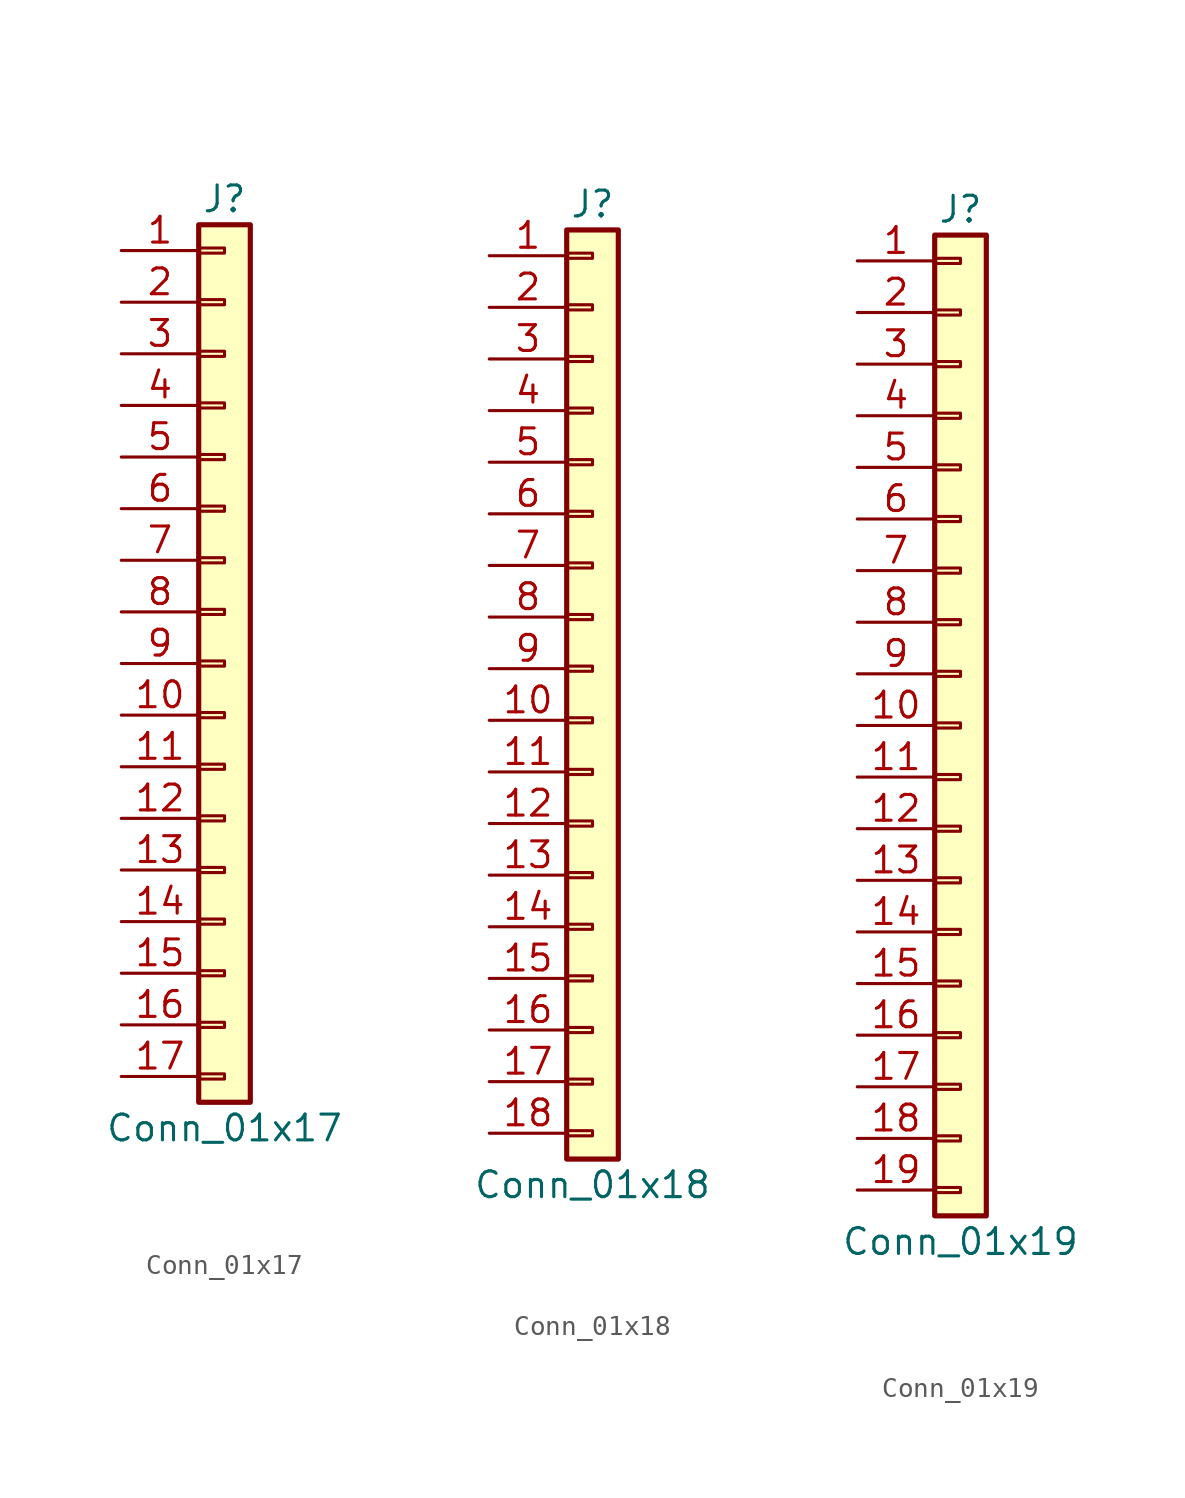
<source format=kicad_sym>
(kicad_symbol_lib
  (version 20220914)
  (generator kicad_symbol_editor)
  (symbol "Conn_01x17"
    (pin_names
      (offset 1.016) hide)
    (property "Reference" "J"
      (at 0 22.86 0)
      (effects (font (size 1.27 1.27))))
    (property "Value" "Conn_01x17"
      (at 0 -22.86 0)
      (effects (font (size 1.27 1.27))))
    (symbol "Conn_01x17_1_1"
      (rectangle (start -1.27 -20.193) (end 0 -20.447) (stroke (width 0.152) (type solid)) (fill (type none)))
      (rectangle (start -1.27 -17.653) (end 0 -17.907) (stroke (width 0.152) (type solid)) (fill (type none)))
      (rectangle (start -1.27 -15.113) (end 0 -15.367) (stroke (width 0.152) (type solid)) (fill (type none)))
      (rectangle (start -1.27 -12.573) (end 0 -12.827) (stroke (width 0.152) (type solid)) (fill (type none)))
      (rectangle (start -1.27 -10.033) (end 0 -10.287) (stroke (width 0.152) (type solid)) (fill (type none)))
      (rectangle (start -1.27 -7.493) (end 0 -7.747) (stroke (width 0.152) (type solid)) (fill (type none)))
      (rectangle (start -1.27 -4.953) (end 0 -5.207) (stroke (width 0.152) (type solid)) (fill (type none)))
      (rectangle (start -1.27 -2.413) (end 0 -2.667) (stroke (width 0.152) (type solid)) (fill (type none)))
      (rectangle (start -1.27 0.127) (end 0 -0.127) (stroke (width 0.152) (type solid)) (fill (type none)))
      (rectangle (start -1.27 2.667) (end 0 2.413) (stroke (width 0.152) (type solid)) (fill (type none)))
      (rectangle (start -1.27 5.207) (end 0 4.953) (stroke (width 0.152) (type solid)) (fill (type none)))
      (rectangle (start -1.27 7.747) (end 0 7.493) (stroke (width 0.152) (type solid)) (fill (type none)))
      (rectangle (start -1.27 10.287) (end 0 10.033) (stroke (width 0.152) (type solid)) (fill (type none)))
      (rectangle (start -1.27 12.827) (end 0 12.573) (stroke (width 0.152) (type solid)) (fill (type none)))
      (rectangle (start -1.27 15.367) (end 0 15.113) (stroke (width 0.152) (type solid)) (fill (type none)))
      (rectangle (start -1.27 17.907) (end 0 17.653) (stroke (width 0.152) (type solid)) (fill (type none)))
      (rectangle (start -1.27 20.447) (end 0 20.193) (stroke (width 0.152) (type solid)) (fill (type none)))
      (rectangle (start -1.27 21.59) (end 1.27 -21.59) (stroke (width 0.254) (type solid)) (fill (type background)))
      (pin passive line (at -5.08 20.32 0) (length 3.81) (name "Pin_1" (effects (font (size 1.27 1.27)))) (number "1" (effects (font (size 1.27 1.27)))))
      (pin passive line (at -5.08 -2.54 0) (length 3.81) (name "Pin_10" (effects (font (size 1.27 1.27)))) (number "10" (effects (font (size 1.27 1.27)))))
      (pin passive line (at -5.08 -5.08 0) (length 3.81) (name "Pin_11" (effects (font (size 1.27 1.27)))) (number "11" (effects (font (size 1.27 1.27)))))
      (pin passive line (at -5.08 -7.62 0) (length 3.81) (name "Pin_12" (effects (font (size 1.27 1.27)))) (number "12" (effects (font (size 1.27 1.27)))))
      (pin passive line (at -5.08 -10.16 0) (length 3.81) (name "Pin_13" (effects (font (size 1.27 1.27)))) (number "13" (effects (font (size 1.27 1.27)))))
      (pin passive line (at -5.08 -12.7 0) (length 3.81) (name "Pin_14" (effects (font (size 1.27 1.27)))) (number "14" (effects (font (size 1.27 1.27)))))
      (pin passive line (at -5.08 -15.24 0) (length 3.81) (name "Pin_15" (effects (font (size 1.27 1.27)))) (number "15" (effects (font (size 1.27 1.27)))))
      (pin passive line (at -5.08 -17.78 0) (length 3.81) (name "Pin_16" (effects (font (size 1.27 1.27)))) (number "16" (effects (font (size 1.27 1.27)))))
      (pin passive line (at -5.08 -20.32 0) (length 3.81) (name "Pin_17" (effects (font (size 1.27 1.27)))) (number "17" (effects (font (size 1.27 1.27)))))
      (pin passive line (at -5.08 17.78 0) (length 3.81) (name "Pin_2" (effects (font (size 1.27 1.27)))) (number "2" (effects (font (size 1.27 1.27)))))
      (pin passive line (at -5.08 15.24 0) (length 3.81) (name "Pin_3" (effects (font (size 1.27 1.27)))) (number "3" (effects (font (size 1.27 1.27)))))
      (pin passive line (at -5.08 12.7 0) (length 3.81) (name "Pin_4" (effects (font (size 1.27 1.27)))) (number "4" (effects (font (size 1.27 1.27)))))
      (pin passive line (at -5.08 10.16 0) (length 3.81) (name "Pin_5" (effects (font (size 1.27 1.27)))) (number "5" (effects (font (size 1.27 1.27)))))
      (pin passive line (at -5.08 7.62 0) (length 3.81) (name "Pin_6" (effects (font (size 1.27 1.27)))) (number "6" (effects (font (size 1.27 1.27)))))
      (pin passive line (at -5.08 5.08 0) (length 3.81) (name "Pin_7" (effects (font (size 1.27 1.27)))) (number "7" (effects (font (size 1.27 1.27)))))
      (pin passive line (at -5.08 2.54 0) (length 3.81) (name "Pin_8" (effects (font (size 1.27 1.27)))) (number "8" (effects (font (size 1.27 1.27)))))
      (pin passive line (at -5.08 0 0) (length 3.81) (name "Pin_9" (effects (font (size 1.27 1.27)))) (number "9" (effects (font (size 1.27 1.27)))))))
  (symbol "Conn_01x18"
    (pin_names
      (offset 1.016) hide)
    (property "Reference" "J"
      (at 0 22.86 0)
      (effects (font (size 1.27 1.27))))
    (property "Value" "Conn_01x18"
      (at 0 -25.4 0)
      (effects (font (size 1.27 1.27))))
    (symbol "Conn_01x18_1_1"
      (rectangle (start -1.27 -22.733) (end 0 -22.987) (stroke (width 0.152) (type solid)) (fill (type none)))
      (rectangle (start -1.27 -20.193) (end 0 -20.447) (stroke (width 0.152) (type solid)) (fill (type none)))
      (rectangle (start -1.27 -17.653) (end 0 -17.907) (stroke (width 0.152) (type solid)) (fill (type none)))
      (rectangle (start -1.27 -15.113) (end 0 -15.367) (stroke (width 0.152) (type solid)) (fill (type none)))
      (rectangle (start -1.27 -12.573) (end 0 -12.827) (stroke (width 0.152) (type solid)) (fill (type none)))
      (rectangle (start -1.27 -10.033) (end 0 -10.287) (stroke (width 0.152) (type solid)) (fill (type none)))
      (rectangle (start -1.27 -7.493) (end 0 -7.747) (stroke (width 0.152) (type solid)) (fill (type none)))
      (rectangle (start -1.27 -4.953) (end 0 -5.207) (stroke (width 0.152) (type solid)) (fill (type none)))
      (rectangle (start -1.27 -2.413) (end 0 -2.667) (stroke (width 0.152) (type solid)) (fill (type none)))
      (rectangle (start -1.27 0.127) (end 0 -0.127) (stroke (width 0.152) (type solid)) (fill (type none)))
      (rectangle (start -1.27 2.667) (end 0 2.413) (stroke (width 0.152) (type solid)) (fill (type none)))
      (rectangle (start -1.27 5.207) (end 0 4.953) (stroke (width 0.152) (type solid)) (fill (type none)))
      (rectangle (start -1.27 7.747) (end 0 7.493) (stroke (width 0.152) (type solid)) (fill (type none)))
      (rectangle (start -1.27 10.287) (end 0 10.033) (stroke (width 0.152) (type solid)) (fill (type none)))
      (rectangle (start -1.27 12.827) (end 0 12.573) (stroke (width 0.152) (type solid)) (fill (type none)))
      (rectangle (start -1.27 15.367) (end 0 15.113) (stroke (width 0.152) (type solid)) (fill (type none)))
      (rectangle (start -1.27 17.907) (end 0 17.653) (stroke (width 0.152) (type solid)) (fill (type none)))
      (rectangle (start -1.27 20.447) (end 0 20.193) (stroke (width 0.152) (type solid)) (fill (type none)))
      (rectangle (start -1.27 21.59) (end 1.27 -24.13) (stroke (width 0.254) (type solid)) (fill (type background)))
      (pin passive line (at -5.08 20.32 0) (length 3.81) (name "Pin_1" (effects (font (size 1.27 1.27)))) (number "1" (effects (font (size 1.27 1.27)))))
      (pin passive line (at -5.08 -2.54 0) (length 3.81) (name "Pin_10" (effects (font (size 1.27 1.27)))) (number "10" (effects (font (size 1.27 1.27)))))
      (pin passive line (at -5.08 -5.08 0) (length 3.81) (name "Pin_11" (effects (font (size 1.27 1.27)))) (number "11" (effects (font (size 1.27 1.27)))))
      (pin passive line (at -5.08 -7.62 0) (length 3.81) (name "Pin_12" (effects (font (size 1.27 1.27)))) (number "12" (effects (font (size 1.27 1.27)))))
      (pin passive line (at -5.08 -10.16 0) (length 3.81) (name "Pin_13" (effects (font (size 1.27 1.27)))) (number "13" (effects (font (size 1.27 1.27)))))
      (pin passive line (at -5.08 -12.7 0) (length 3.81) (name "Pin_14" (effects (font (size 1.27 1.27)))) (number "14" (effects (font (size 1.27 1.27)))))
      (pin passive line (at -5.08 -15.24 0) (length 3.81) (name "Pin_15" (effects (font (size 1.27 1.27)))) (number "15" (effects (font (size 1.27 1.27)))))
      (pin passive line (at -5.08 -17.78 0) (length 3.81) (name "Pin_16" (effects (font (size 1.27 1.27)))) (number "16" (effects (font (size 1.27 1.27)))))
      (pin passive line (at -5.08 -20.32 0) (length 3.81) (name "Pin_17" (effects (font (size 1.27 1.27)))) (number "17" (effects (font (size 1.27 1.27)))))
      (pin passive line (at -5.08 -22.86 0) (length 3.81) (name "Pin_18" (effects (font (size 1.27 1.27)))) (number "18" (effects (font (size 1.27 1.27)))))
      (pin passive line (at -5.08 17.78 0) (length 3.81) (name "Pin_2" (effects (font (size 1.27 1.27)))) (number "2" (effects (font (size 1.27 1.27)))))
      (pin passive line (at -5.08 15.24 0) (length 3.81) (name "Pin_3" (effects (font (size 1.27 1.27)))) (number "3" (effects (font (size 1.27 1.27)))))
      (pin passive line (at -5.08 12.7 0) (length 3.81) (name "Pin_4" (effects (font (size 1.27 1.27)))) (number "4" (effects (font (size 1.27 1.27)))))
      (pin passive line (at -5.08 10.16 0) (length 3.81) (name "Pin_5" (effects (font (size 1.27 1.27)))) (number "5" (effects (font (size 1.27 1.27)))))
      (pin passive line (at -5.08 7.62 0) (length 3.81) (name "Pin_6" (effects (font (size 1.27 1.27)))) (number "6" (effects (font (size 1.27 1.27)))))
      (pin passive line (at -5.08 5.08 0) (length 3.81) (name "Pin_7" (effects (font (size 1.27 1.27)))) (number "7" (effects (font (size 1.27 1.27)))))
      (pin passive line (at -5.08 2.54 0) (length 3.81) (name "Pin_8" (effects (font (size 1.27 1.27)))) (number "8" (effects (font (size 1.27 1.27)))))
      (pin passive line (at -5.08 0 0) (length 3.81) (name "Pin_9" (effects (font (size 1.27 1.27)))) (number "9" (effects (font (size 1.27 1.27)))))))
  (symbol "Conn_01x19"
    (pin_names
      (offset 1.016) hide)
    (property "Reference" "J"
      (at 0 25.4 0)
      (effects (font (size 1.27 1.27))))
    (property "Value" "Conn_01x19"
      (at 0 -25.4 0)
      (effects (font (size 1.27 1.27))))
    (symbol "Conn_01x19_1_1"
      (rectangle (start -1.27 -22.733) (end 0 -22.987) (stroke (width 0.152) (type solid)) (fill (type none)))
      (rectangle (start -1.27 -20.193) (end 0 -20.447) (stroke (width 0.152) (type solid)) (fill (type none)))
      (rectangle (start -1.27 -17.653) (end 0 -17.907) (stroke (width 0.152) (type solid)) (fill (type none)))
      (rectangle (start -1.27 -15.113) (end 0 -15.367) (stroke (width 0.152) (type solid)) (fill (type none)))
      (rectangle (start -1.27 -12.573) (end 0 -12.827) (stroke (width 0.152) (type solid)) (fill (type none)))
      (rectangle (start -1.27 -10.033) (end 0 -10.287) (stroke (width 0.152) (type solid)) (fill (type none)))
      (rectangle (start -1.27 -7.493) (end 0 -7.747) (stroke (width 0.152) (type solid)) (fill (type none)))
      (rectangle (start -1.27 -4.953) (end 0 -5.207) (stroke (width 0.152) (type solid)) (fill (type none)))
      (rectangle (start -1.27 -2.413) (end 0 -2.667) (stroke (width 0.152) (type solid)) (fill (type none)))
      (rectangle (start -1.27 0.127) (end 0 -0.127) (stroke (width 0.152) (type solid)) (fill (type none)))
      (rectangle (start -1.27 2.667) (end 0 2.413) (stroke (width 0.152) (type solid)) (fill (type none)))
      (rectangle (start -1.27 5.207) (end 0 4.953) (stroke (width 0.152) (type solid)) (fill (type none)))
      (rectangle (start -1.27 7.747) (end 0 7.493) (stroke (width 0.152) (type solid)) (fill (type none)))
      (rectangle (start -1.27 10.287) (end 0 10.033) (stroke (width 0.152) (type solid)) (fill (type none)))
      (rectangle (start -1.27 12.827) (end 0 12.573) (stroke (width 0.152) (type solid)) (fill (type none)))
      (rectangle (start -1.27 15.367) (end 0 15.113) (stroke (width 0.152) (type solid)) (fill (type none)))
      (rectangle (start -1.27 17.907) (end 0 17.653) (stroke (width 0.152) (type solid)) (fill (type none)))
      (rectangle (start -1.27 20.447) (end 0 20.193) (stroke (width 0.152) (type solid)) (fill (type none)))
      (rectangle (start -1.27 22.987) (end 0 22.733) (stroke (width 0.152) (type solid)) (fill (type none)))
      (rectangle (start -1.27 24.13) (end 1.27 -24.13) (stroke (width 0.254) (type solid)) (fill (type background)))
      (pin passive line (at -5.08 22.86 0) (length 3.81) (name "Pin_1" (effects (font (size 1.27 1.27)))) (number "1" (effects (font (size 1.27 1.27)))))
      (pin passive line (at -5.08 0 0) (length 3.81) (name "Pin_10" (effects (font (size 1.27 1.27)))) (number "10" (effects (font (size 1.27 1.27)))))
      (pin passive line (at -5.08 -2.54 0) (length 3.81) (name "Pin_11" (effects (font (size 1.27 1.27)))) (number "11" (effects (font (size 1.27 1.27)))))
      (pin passive line (at -5.08 -5.08 0) (length 3.81) (name "Pin_12" (effects (font (size 1.27 1.27)))) (number "12" (effects (font (size 1.27 1.27)))))
      (pin passive line (at -5.08 -7.62 0) (length 3.81) (name "Pin_13" (effects (font (size 1.27 1.27)))) (number "13" (effects (font (size 1.27 1.27)))))
      (pin passive line (at -5.08 -10.16 0) (length 3.81) (name "Pin_14" (effects (font (size 1.27 1.27)))) (number "14" (effects (font (size 1.27 1.27)))))
      (pin passive line (at -5.08 -12.7 0) (length 3.81) (name "Pin_15" (effects (font (size 1.27 1.27)))) (number "15" (effects (font (size 1.27 1.27)))))
      (pin passive line (at -5.08 -15.24 0) (length 3.81) (name "Pin_16" (effects (font (size 1.27 1.27)))) (number "16" (effects (font (size 1.27 1.27)))))
      (pin passive line (at -5.08 -17.78 0) (length 3.81) (name "Pin_17" (effects (font (size 1.27 1.27)))) (number "17" (effects (font (size 1.27 1.27)))))
      (pin passive line (at -5.08 -20.32 0) (length 3.81) (name "Pin_18" (effects (font (size 1.27 1.27)))) (number "18" (effects (font (size 1.27 1.27)))))
      (pin passive line (at -5.08 -22.86 0) (length 3.81) (name "Pin_19" (effects (font (size 1.27 1.27)))) (number "19" (effects (font (size 1.27 1.27)))))
      (pin passive line (at -5.08 20.32 0) (length 3.81) (name "Pin_2" (effects (font (size 1.27 1.27)))) (number "2" (effects (font (size 1.27 1.27)))))
      (pin passive line (at -5.08 17.78 0) (length 3.81) (name "Pin_3" (effects (font (size 1.27 1.27)))) (number "3" (effects (font (size 1.27 1.27)))))
      (pin passive line (at -5.08 15.24 0) (length 3.81) (name "Pin_4" (effects (font (size 1.27 1.27)))) (number "4" (effects (font (size 1.27 1.27)))))
      (pin passive line (at -5.08 12.7 0) (length 3.81) (name "Pin_5" (effects (font (size 1.27 1.27)))) (number "5" (effects (font (size 1.27 1.27)))))
      (pin passive line (at -5.08 10.16 0) (length 3.81) (name "Pin_6" (effects (font (size 1.27 1.27)))) (number "6" (effects (font (size 1.27 1.27)))))
      (pin passive line (at -5.08 7.62 0) (length 3.81) (name "Pin_7" (effects (font (size 1.27 1.27)))) (number "7" (effects (font (size 1.27 1.27)))))
      (pin passive line (at -5.08 5.08 0) (length 3.81) (name "Pin_8" (effects (font (size 1.27 1.27)))) (number "8" (effects (font (size 1.27 1.27)))))
      (pin passive line (at -5.08 2.54 0) (length 3.81) (name "Pin_9" (effects (font (size 1.27 1.27)))) (number "9" (effects (font (size 1.27 1.27))))))))
</source>
